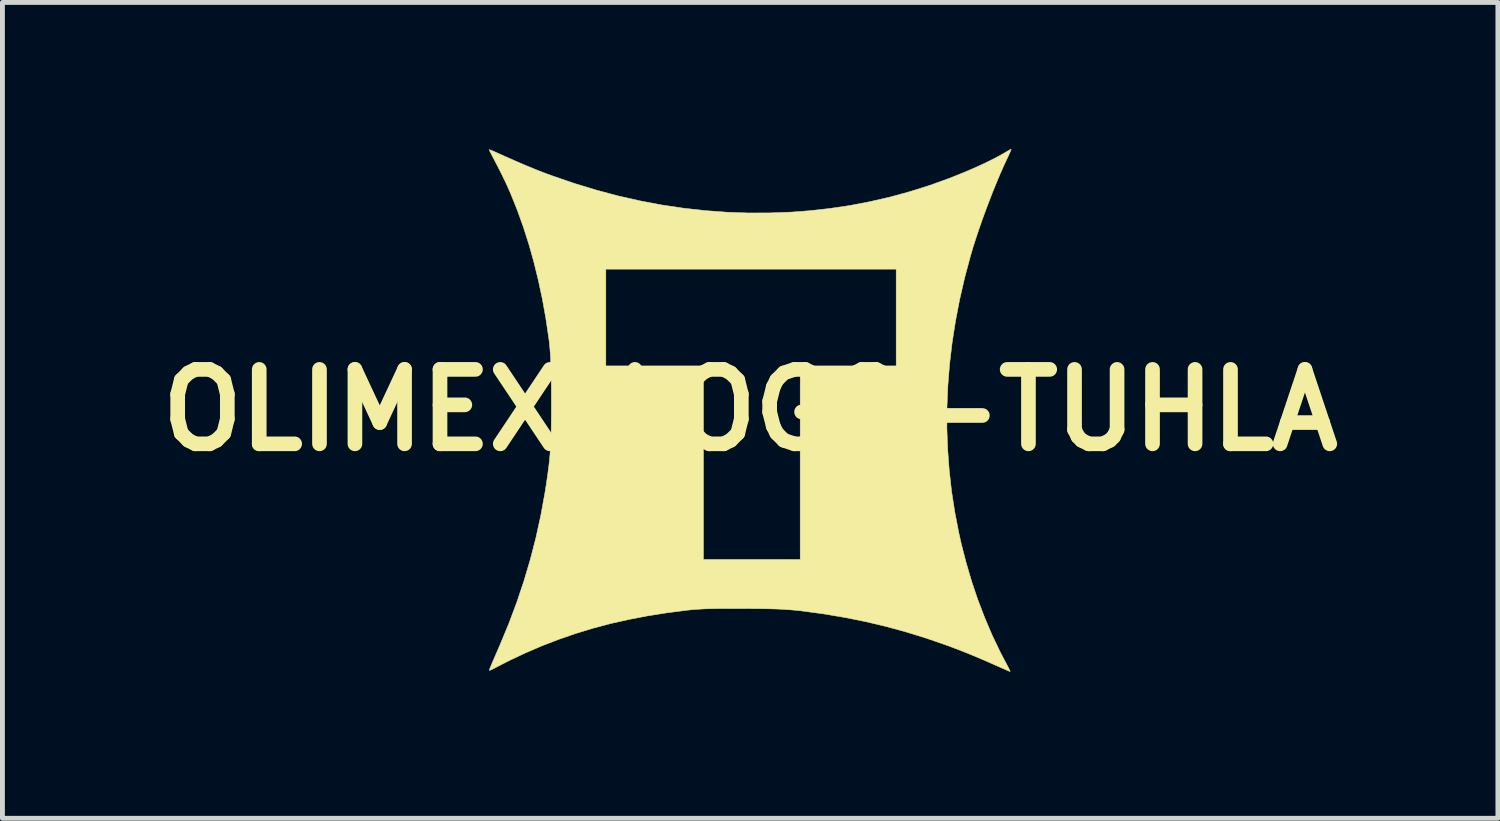
<source format=kicad_pcb>
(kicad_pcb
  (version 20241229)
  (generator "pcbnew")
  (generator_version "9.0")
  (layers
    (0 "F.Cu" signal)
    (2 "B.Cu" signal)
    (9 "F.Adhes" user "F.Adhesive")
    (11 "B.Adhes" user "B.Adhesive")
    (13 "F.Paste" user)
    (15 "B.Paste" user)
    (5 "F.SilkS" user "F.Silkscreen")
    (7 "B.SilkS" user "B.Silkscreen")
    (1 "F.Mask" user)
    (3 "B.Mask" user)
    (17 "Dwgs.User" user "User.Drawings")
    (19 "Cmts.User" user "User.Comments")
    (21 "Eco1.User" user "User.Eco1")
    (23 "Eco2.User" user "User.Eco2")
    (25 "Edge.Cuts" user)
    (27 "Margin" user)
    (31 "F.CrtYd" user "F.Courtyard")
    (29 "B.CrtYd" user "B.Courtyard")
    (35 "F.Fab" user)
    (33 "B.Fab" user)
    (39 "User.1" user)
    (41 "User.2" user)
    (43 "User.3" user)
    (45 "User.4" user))
  (footprint "OLIMEX_LOGO-TUHLA"
    (layer "F.Cu")
    (at 12.308 5.347)
    (property "Reference" "OLIMEX_LOGO-TUHLA" (at 0 0 0) (layer "F.SilkS") (effects (font (size 1.524 1.524) (thickness 0.3))))
    (attr through_hole)
    (fp_poly (pts (xy 5.341 -5.34) (xy 5.34 -5.33) (xy 5.333 -5.313) (xy 5.322 -5.286) (xy 5.305 -5.248) (xy 5.282 -5.198) (xy 5.257 -5.145) (xy 5.187 -4.994) (xy 5.115 -4.83) (xy 5.041 -4.654) (xy 4.966 -4.47) (xy 4.893 -4.281) (xy 4.82 -4.088) (xy 4.75 -3.896) (xy 4.684 -3.706) (xy 4.622 -3.521) (xy 4.565 -3.344) (xy 4.516 -3.178) (xy 4.509 -3.154) (xy 4.39 -2.708) (xy 4.288 -2.264) (xy 4.203 -1.821) (xy 4.134 -1.38) (xy 4.082 -0.941) (xy 4.047 -0.502) (xy 4.029 -0.066) (xy 4.027 0.368) (xy 4.043 0.801) (xy 4.075 1.232) (xy 4.123 1.661) (xy 4.189 2.087) (xy 4.271 2.511) (xy 4.319 2.726) (xy 4.42 3.119) (xy 4.533 3.504) (xy 4.66 3.88) (xy 4.8 4.246) (xy 4.952 4.603) (xy 5.117 4.948) (xy 5.232 5.169) (xy 5.263 5.226) (xy 5.286 5.27) (xy 5.303 5.303) (xy 5.314 5.325) (xy 5.32 5.34) (xy 5.322 5.348) (xy 5.32 5.35) (xy 5.319 5.351) (xy 5.31 5.347) (xy 5.287 5.338) (xy 5.253 5.323) (xy 5.21 5.304) (xy 5.159 5.282) (xy 5.102 5.257) (xy 5.084 5.249) (xy 4.928 5.18) (xy 4.784 5.117) (xy 4.651 5.06) (xy 4.526 5.008) (xy 4.407 4.96) (xy 4.292 4.914) (xy 4.178 4.871) (xy 4.064 4.828) (xy 4.017 4.811) (xy 3.606 4.669) (xy 3.196 4.542) (xy 2.783 4.429) (xy 2.366 4.33) (xy 1.943 4.245) (xy 1.512 4.172) (xy 1.13 4.12) (xy 1.044 4.109) (xy 0.959 4.1) (xy 0.874 4.092) (xy 0.788 4.085) (xy 0.698 4.079) (xy 0.604 4.074) (xy 0.504 4.07) (xy 0.396 4.067) (xy 0.279 4.065) (xy 0.15 4.063) (xy 0.008 4.062) (xy -0.147 4.061) (xy -0.254 4.061) (xy -0.393 4.061) (xy -0.517 4.061) (xy -0.628 4.062) (xy -0.727 4.063) (xy -0.815 4.065) (xy -0.895 4.067) (xy -0.969 4.07) (xy -1.037 4.074) (xy -1.102 4.078) (xy -1.165 4.083) (xy -1.229 4.089) (xy -1.294 4.096) (xy -1.309 4.098) (xy -1.713 4.15) (xy -2.104 4.212) (xy -2.484 4.285) (xy -2.854 4.368) (xy -3.215 4.464) (xy -3.568 4.571) (xy -3.916 4.691) (xy -4.258 4.823) (xy -4.596 4.968) (xy -4.932 5.126) (xy -5.224 5.276) (xy -5.267 5.298) (xy -5.302 5.314) (xy -5.327 5.325) (xy -5.339 5.327) (xy -5.341 5.327) (xy -5.34 5.322) (xy -5.338 5.313) (xy -5.333 5.298) (xy -5.324 5.276) (xy -5.312 5.246) (xy -5.296 5.207) (xy -5.275 5.158) (xy -5.249 5.098) (xy -5.218 5.026) (xy -5.181 4.941) (xy -5.138 4.841) (xy -5.122 4.805) (xy -4.942 4.371) (xy -4.779 3.936) (xy -4.632 3.497) (xy -4.501 3.055) (xy -4.386 2.609) (xy -4.287 2.157) (xy -4.203 1.698) (xy -4.179 1.545) (xy -4.161 1.427) (xy -4.145 1.318) (xy -4.132 1.215) (xy -4.119 1.118) (xy -4.109 1.023) (xy -4.1 0.93) (xy -4.093 0.836) (xy -4.086 0.74) (xy -4.081 0.64) (xy -4.077 0.534) (xy -4.074 0.42) (xy -4.072 0.297) (xy -4.071 0.162) (xy -4.07 0.014) (xy -4.07 -0.148) (xy -4.07 -0.161) (xy -4.07 -0.333) (xy -4.071 -0.49) (xy -4.073 -0.632) (xy -4.075 -0.762) (xy -4.079 -0.881) (xy -4.083 -0.99) (xy -4.088 -1.09) (xy -4.094 -1.184) (xy -4.101 -1.272) (xy -4.109 -1.355) (xy -4.118 -1.436) (xy -4.124 -1.477) (xy -4.183 -1.878) (xy -4.254 -2.271) (xy -4.336 -2.656) (xy -4.393 -2.887) (xy -2.955 -2.887) (xy -2.955 -0.906) (xy -0.957 -0.906) (xy -0.957 3.056) (xy 1.024 3.056) (xy 1.024 -0.906) (xy 2.989 -0.906) (xy 2.989 -2.887) (xy -2.955 -2.887) (xy -4.393 -2.887) (xy -4.428 -3.031) (xy -4.531 -3.397) (xy -4.645 -3.753) (xy -4.768 -4.096) (xy -4.901 -4.427) (xy -4.979 -4.604) (xy -5.024 -4.7) (xy -5.077 -4.809) (xy -5.138 -4.931) (xy -5.209 -5.068) (xy -5.262 -5.169) (xy -5.286 -5.215) (xy -5.307 -5.257) (xy -5.325 -5.291) (xy -5.337 -5.315) (xy -5.342 -5.327) (xy -5.342 -5.328) (xy -5.341 -5.331) (xy -5.334 -5.331) (xy -5.32 -5.327) (xy -5.298 -5.319) (xy -5.266 -5.305) (xy -5.221 -5.286) (xy -5.173 -5.264) (xy -5.026 -5.198) (xy -4.891 -5.139) (xy -4.769 -5.085) (xy -4.656 -5.036) (xy -4.551 -4.992) (xy -4.451 -4.951) (xy -4.356 -4.912) (xy -4.263 -4.876) (xy -4.17 -4.841) (xy -4.075 -4.806) (xy -4.03 -4.79) (xy -3.587 -4.638) (xy -3.144 -4.504) (xy -2.702 -4.386) (xy -2.259 -4.286) (xy -1.816 -4.202) (xy -1.373 -4.136) (xy -0.93 -4.086) (xy -0.486 -4.053) (xy -0.043 -4.037) (xy 0.401 -4.038) (xy 0.845 -4.055) (xy 1.202 -4.082) (xy 1.623 -4.128) (xy 2.042 -4.19) (xy 2.458 -4.27) (xy 2.871 -4.365) (xy 3.279 -4.477) (xy 3.683 -4.605) (xy 4.081 -4.748) (xy 4.394 -4.874) (xy 4.548 -4.94) (xy 4.687 -5.002) (xy 4.814 -5.061) (xy 4.931 -5.118) (xy 5.04 -5.174) (xy 5.142 -5.23) (xy 5.222 -5.276) (xy 5.261 -5.299) (xy 5.295 -5.318) (xy 5.32 -5.333) (xy 5.336 -5.341) (xy 5.339 -5.342) (xy 5.341 -5.34)) (stroke (width 0.01) (type solid)) (fill yes) (layer "F.SilkS")))
  (gr_rect
    (start -3 -3)
    (end 27.616 13.703)
    (stroke (width 0.1) (type default))
    (fill no)
    (layer "Edge.Cuts")))
</source>
